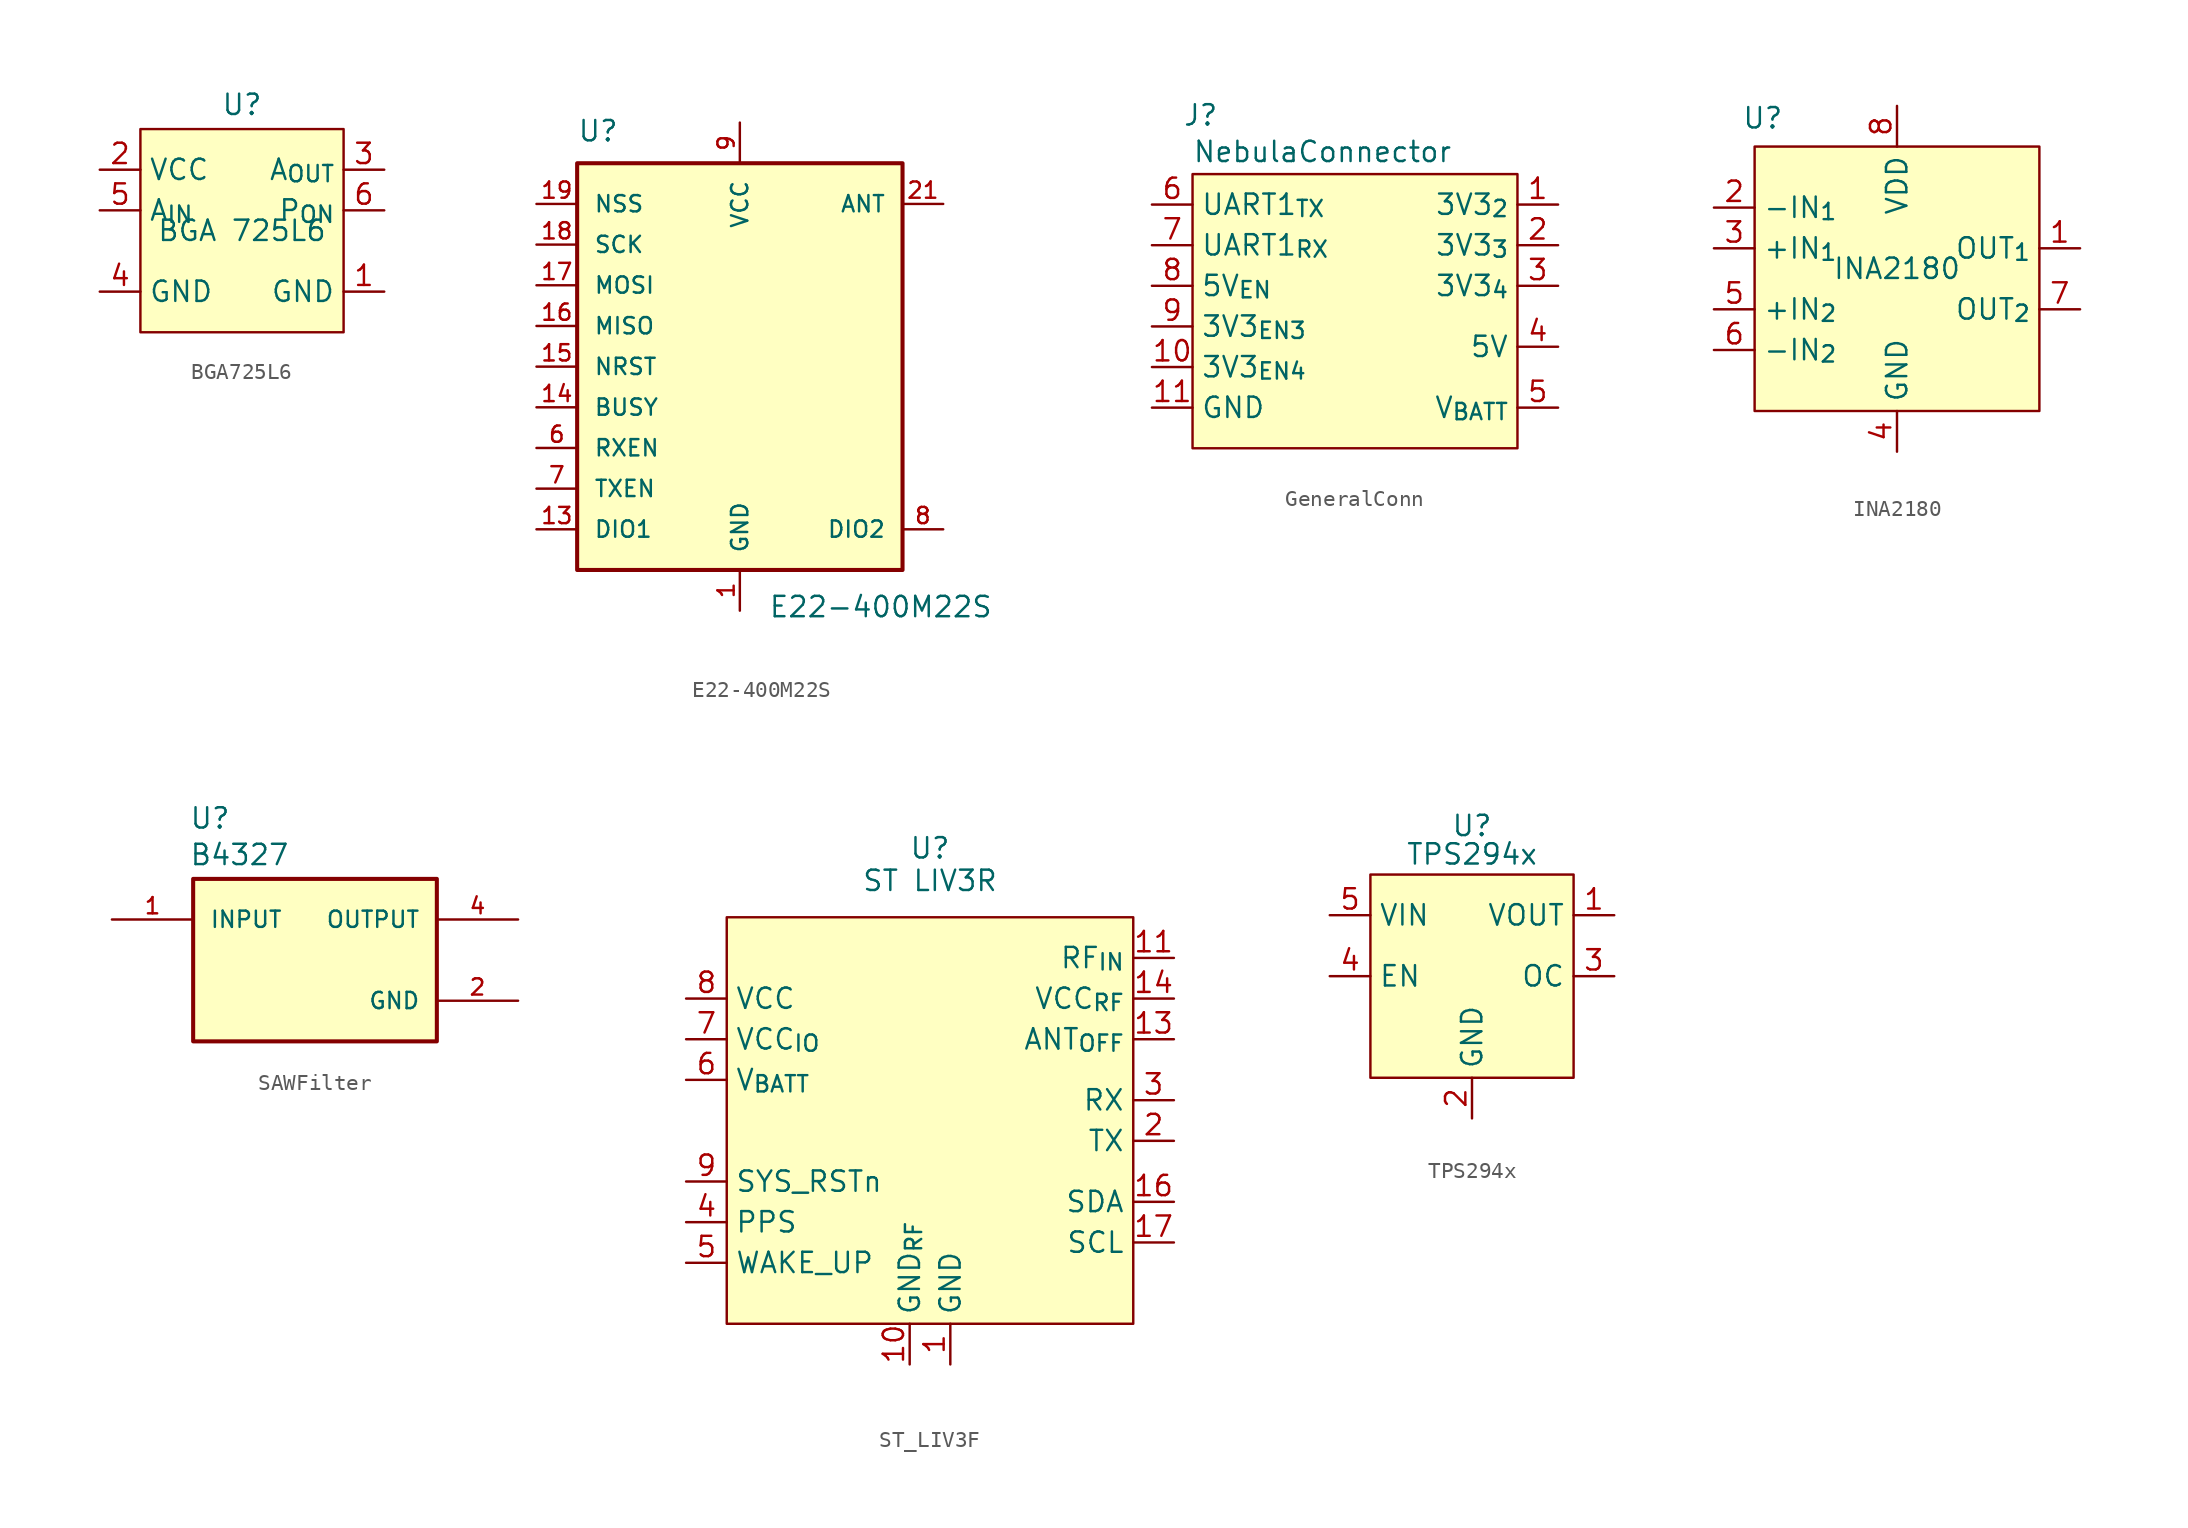
<source format=kicad_sym>
(kicad_symbol_lib
  (version 20241209)
  (generator "kicad_symbol_editor")
  (generator_version "9.0")
  (symbol "BGA725L6"
    (property "Reference" "U"
      (at 0 7.874 0)
      (effects (font (size 1.27 1.27))))
    (property "Value" "BGA 725L6"
      (at 0 0 0)
      (effects (font (size 1.27 1.27))))
    (symbol "BGA725L6_1_1"
      (rectangle (start -6.35 6.35) (end 6.35 -6.35) (stroke (width 0) (type solid)) (fill (type background)))
      (pin power_in line (at -8.89 3.81 0) (length 2.54) (name "VCC" (effects (font (size 1.27 1.27)))) (number "2" (effects (font (size 1.27 1.27)))))
      (pin input line (at -8.89 1.27 0) (length 2.54) (name "A_{IN}" (effects (font (size 1.27 1.27)))) (number "5" (effects (font (size 1.27 1.27)))))
      (pin passive line (at -8.89 -3.81 0) (length 2.54) (name "GND" (effects (font (size 1.27 1.27)))) (number "4" (effects (font (size 1.27 1.27)))))
      (pin output line (at 8.89 3.81 180) (length 2.54) (name "A_{OUT}" (effects (font (size 1.27 1.27)))) (number "3" (effects (font (size 1.27 1.27)))))
      (pin input line (at 8.89 1.27 180) (length 2.54) (name "P_{ON}" (effects (font (size 1.27 1.27)))) (number "6" (effects (font (size 1.27 1.27)))))
      (pin passive line (at 8.89 -3.81 180) (length 2.54) (name "GND" (effects (font (size 1.27 1.27)))) (number "1" (effects (font (size 1.27 1.27)))))))
  (symbol "E22-400M22S"
    (pin_names
      (offset 1.016))
    (property "Reference" "U"
      (at -10.16 13.97 0)
      (effects (font (size 1.27 1.27)) (justify left bottom)))
    (property "Value" "E22-400M22S"
      (at 1.778 -15.748 0)
      (effects (font (size 1.27 1.27)) (justify left bottom)))
    (symbol "E22-400M22S_0_0"
      (rectangle (start -10.16 -12.7) (end 10.16 12.7) (stroke (width 0.254) (type default)) (fill (type background)))
      (pin input line (at -12.7 10.16 0) (length 2.54) (name "NSS" (effects (font (size 1.016 1.016)))) (number "19" (effects (font (size 1.016 1.016)))))
      (pin input line (at -12.7 7.62 0) (length 2.54) (name "SCK" (effects (font (size 1.016 1.016)))) (number "18" (effects (font (size 1.016 1.016)))))
      (pin bidirectional line (at -12.7 5.08 0) (length 2.54) (name "MOSI" (effects (font (size 1.016 1.016)))) (number "17" (effects (font (size 1.016 1.016)))))
      (pin bidirectional line (at -12.7 2.54 0) (length 2.54) (name "MISO" (effects (font (size 1.016 1.016)))) (number "16" (effects (font (size 1.016 1.016)))))
      (pin bidirectional line (at -12.7 0 0) (length 2.54) (name "NRST" (effects (font (size 1.016 1.016)))) (number "15" (effects (font (size 1.016 1.016)))))
      (pin bidirectional line (at -12.7 -2.54 0) (length 2.54) (name "BUSY" (effects (font (size 1.016 1.016)))) (number "14" (effects (font (size 1.016 1.016)))))
      (pin input line (at -12.7 -5.08 0) (length 2.54) (name "RXEN" (effects (font (size 1.016 1.016)))) (number "6" (effects (font (size 1.016 1.016)))))
      (pin bidirectional line (at -12.7 -7.62 0) (length 2.54) (name "TXEN" (effects (font (size 1.016 1.016)))) (number "7" (effects (font (size 1.016 1.016)))))
      (pin bidirectional line (at -12.7 -10.16 0) (length 2.54) (name "DIO1" (effects (font (size 1.016 1.016)))) (number "13" (effects (font (size 1.016 1.016)))))
      (pin power_in line (at 0 15.24 270) (length 2.54) (name "VCC" (effects (font (size 1.016 1.016)))) (number "9" (effects (font (size 1.016 1.016)))))
      (pin power_in line (at 0 -15.24 90) (length 2.54) (name "GND" (effects (font (size 1.016 1.016)))) (number "1" (effects (font (size 1.016 1.016)))))
      (pin output line (at 12.7 10.16 180) (length 2.54) (name "ANT" (effects (font (size 1.016 1.016)))) (number "21" (effects (font (size 1.016 1.016)))))
      (pin bidirectional line (at 12.7 -10.16 180) (length 2.54) (name "DIO2" (effects (font (size 1.016 1.016)))) (number "8" (effects (font (size 1.016 1.016)))))))
  (symbol "GeneralConn"
    (property "Reference" "J"
      (at -9.652 10.668 0)
      (effects (font (size 1.27 1.27))))
    (property "Value" "NebulaConnector"
      (at -2.032 8.382 0)
      (effects (font (size 1.27 1.27))))
    (symbol "GeneralConn_1_1"
      (rectangle (start -10.16 6.985) (end 10.16 -10.16) (stroke (width 0) (type solid)) (fill (type background)))
      (pin bidirectional line (at -12.7 5.08 0) (length 2.54) (name "UART1_{TX}" (effects (font (size 1.27 1.27)))) (number "6" (effects (font (size 1.27 1.27)))))
      (pin bidirectional line (at -12.7 2.54 0) (length 2.54) (name "UART1_{RX}" (effects (font (size 1.27 1.27)))) (number "7" (effects (font (size 1.27 1.27)))))
      (pin bidirectional line (at -12.7 0 0) (length 2.54) (name "5V_{EN}" (effects (font (size 1.27 1.27)))) (number "8" (effects (font (size 1.27 1.27)))))
      (pin bidirectional line (at -12.7 -2.54 0) (length 2.54) (name "3V3_{EN3}" (effects (font (size 1.27 1.27)))) (number "9" (effects (font (size 1.27 1.27)))))
      (pin bidirectional line (at -12.7 -5.08 0) (length 2.54) (name "3V3_{EN4}" (effects (font (size 1.27 1.27)))) (number "10" (effects (font (size 1.27 1.27)))))
      (pin passive line (at -12.7 -7.62 0) (length 2.54) (name "GND" (effects (font (size 1.27 1.27)))) (number "11" (effects (font (size 1.27 1.27)))))
      (pin bidirectional line (at 12.7 5.08 180) (length 2.54) (name "3V3_{2}" (effects (font (size 1.27 1.27)))) (number "1" (effects (font (size 1.27 1.27)))))
      (pin bidirectional line (at 12.7 2.54 180) (length 2.54) (name "3V3_{3}" (effects (font (size 1.27 1.27)))) (number "2" (effects (font (size 1.27 1.27)))))
      (pin bidirectional line (at 12.7 0 180) (length 2.54) (name "3V3_{4}" (effects (font (size 1.27 1.27)))) (number "3" (effects (font (size 1.27 1.27)))))
      (pin bidirectional line (at 12.7 -3.81 180) (length 2.54) (name "5V" (effects (font (size 1.27 1.27)))) (number "4" (effects (font (size 1.27 1.27)))))
      (pin power_in line (at 12.7 -7.62 180) (length 2.54) (name "V_{BATT}" (effects (font (size 1.27 1.27)))) (number "5" (effects (font (size 1.27 1.27)))))))
  (symbol "INA2180"
    (property "Reference" "U"
      (at -8.382 9.398 0)
      (effects (font (size 1.27 1.27))))
    (property "Value" "INA2180"
      (at 0 0 0)
      (effects (font (size 1.27 1.27))))
    (symbol "INA2180_1_1"
      (rectangle (start -8.89 7.62) (end 8.89 -8.89) (stroke (width 0) (type solid)) (fill (type background)))
      (pin input line (at -11.43 3.81 0) (length 2.54) (name "-IN_{1}" (effects (font (size 1.27 1.27)))) (number "2" (effects (font (size 1.27 1.27)))))
      (pin input line (at -11.43 1.27 0) (length 2.54) (name "+IN_{1}" (effects (font (size 1.27 1.27)))) (number "3" (effects (font (size 1.27 1.27)))))
      (pin input line (at -11.43 -2.54 0) (length 2.54) (name "+IN_{2}" (effects (font (size 1.27 1.27)))) (number "5" (effects (font (size 1.27 1.27)))))
      (pin input line (at -11.43 -5.08 0) (length 2.54) (name "-IN_{2}" (effects (font (size 1.27 1.27)))) (number "6" (effects (font (size 1.27 1.27)))))
      (pin power_in line (at 0 10.16 270) (length 2.54) (name "VDD" (effects (font (size 1.27 1.27)))) (number "8" (effects (font (size 1.27 1.27)))))
      (pin passive line (at 0 -11.43 90) (length 2.54) (name "GND" (effects (font (size 1.27 1.27)))) (number "4" (effects (font (size 1.27 1.27)))))
      (pin output line (at 11.43 1.27 180) (length 2.54) (name "OUT_{1}" (effects (font (size 1.27 1.27)))) (number "1" (effects (font (size 1.27 1.27)))))
      (pin output line (at 11.43 -2.54 180) (length 2.54) (name "OUT_{2}" (effects (font (size 1.27 1.27)))) (number "7" (effects (font (size 1.27 1.27)))))))
  (symbol "SAWFilter"
    (pin_names
      (offset 1.016))
    (property "Reference" "U"
      (at -7.874 8.128 0)
      (effects (font (size 1.27 1.27)) (justify left bottom)))
    (property "Value" "B4327"
      (at -7.874 5.842 0)
      (effects (font (size 1.27 1.27)) (justify left bottom)))
    (symbol "SAWFilter_0_0"
      (rectangle (start -7.62 5.08) (end 7.62 -5.08) (stroke (width 0.254) (type default)) (fill (type background)))
      (pin input line (at -12.7 2.54 0) (length 5.08) (name "INPUT" (effects (font (size 1.016 1.016)))) (number "1" (effects (font (size 1.016 1.016)))))
      (pin output line (at 12.7 2.54 180) (length 5.08) (name "OUTPUT" (effects (font (size 1.016 1.016)))) (number "4" (effects (font (size 1.016 1.016)))))
      (pin power_in line (at 12.7 -2.54 180) (length 5.08) (name "GND" (effects (font (size 1.016 1.016)))) (number "2" (effects (font (size 1.016 1.016)))))))
  (symbol "ST_LIV3F"
    (property "Reference" "U"
      (at 0 15.748 0)
      (effects (font (size 1.27 1.27))))
    (property "Value" "ST LIV3R"
      (at 0 13.716 0)
      (effects (font (size 1.27 1.27))))
    (symbol "ST_LIV3F_1_1"
      (rectangle (start -12.7 11.43) (end 12.7 -13.97) (stroke (width 0) (type solid)) (fill (type background)))
      (pin input line (at -15.24 6.35 0) (length 2.54) (name "VCC" (effects (font (size 1.27 1.27)))) (number "8" (effects (font (size 1.27 1.27)))))
      (pin input line (at -15.24 3.81 0) (length 2.54) (name "VCC_{IO}" (effects (font (size 1.27 1.27)))) (number "7" (effects (font (size 1.27 1.27)))))
      (pin input line (at -15.24 1.27 0) (length 2.54) (name "V_{BATT}" (effects (font (size 1.27 1.27)))) (number "6" (effects (font (size 1.27 1.27)))))
      (pin input line (at -15.24 -5.08 0) (length 2.54) (name "SYS_RSTn" (effects (font (size 1.27 1.27)))) (number "9" (effects (font (size 1.27 1.27)))))
      (pin input line (at -15.24 -7.62 0) (length 2.54) (name "PPS" (effects (font (size 1.27 1.27)))) (number "4" (effects (font (size 1.27 1.27)))))
      (pin input line (at -15.24 -10.16 0) (length 2.54) (name "WAKE_UP" (effects (font (size 1.27 1.27)))) (number "5" (effects (font (size 1.27 1.27)))))
      (pin passive line (at -1.27 -16.51 90) (length 2.54) (name "GND_{RF}" (effects (font (size 1.27 1.27)))) (number "10" (effects (font (size 1.27 1.27)))))
      (pin passive line (at 1.27 -16.51 90) (length 2.54) (name "GND" (effects (font (size 1.27 1.27)))) (number "1" (effects (font (size 1.27 1.27)))))
      (pin input line (at 15.24 8.89 180) (length 2.54) (name "RF_{IN}" (effects (font (size 1.27 1.27)))) (number "11" (effects (font (size 1.27 1.27)))))
      (pin input line (at 15.24 6.35 180) (length 2.54) (name "VCC_{RF}" (effects (font (size 1.27 1.27)))) (number "14" (effects (font (size 1.27 1.27)))))
      (pin input line (at 15.24 3.81 180) (length 2.54) (name "ANT_{OFF}" (effects (font (size 1.27 1.27)))) (number "13" (effects (font (size 1.27 1.27)))))
      (pin input line (at 15.24 0 180) (length 2.54) (name "RX" (effects (font (size 1.27 1.27)))) (number "3" (effects (font (size 1.27 1.27)))))
      (pin input line (at 15.24 -2.54 180) (length 2.54) (name "TX" (effects (font (size 1.27 1.27)))) (number "2" (effects (font (size 1.27 1.27)))))
      (pin input line (at 15.24 -6.35 180) (length 2.54) (name "SDA" (effects (font (size 1.27 1.27)))) (number "16" (effects (font (size 1.27 1.27)))))
      (pin input line (at 15.24 -8.89 180) (length 2.54) (name "SCL" (effects (font (size 1.27 1.27)))) (number "17" (effects (font (size 1.27 1.27)))))))
  (symbol "TPS294x"
    (property "Reference" "U"
      (at 0 9.398 0)
      (effects (font (size 1.27 1.27))))
    (property "Value" "TPS294x"
      (at 0 7.62 0)
      (effects (font (size 1.27 1.27))))
    (symbol "TPS294x_1_1"
      (rectangle (start -6.35 6.35) (end 6.35 -6.35) (stroke (width 0) (type solid)) (fill (type background)))
      (pin power_in line (at -8.89 3.81 0) (length 2.54) (name "VIN" (effects (font (size 1.27 1.27)))) (number "5" (effects (font (size 1.27 1.27)))))
      (pin tri_state line (at -8.89 0 0) (length 2.54) (name "EN" (effects (font (size 1.27 1.27)))) (number "4" (effects (font (size 1.27 1.27)))))
      (pin passive line (at 0 -8.89 90) (length 2.54) (name "GND" (effects (font (size 1.27 1.27)))) (number "2" (effects (font (size 1.27 1.27)))))
      (pin power_out line (at 8.89 3.81 180) (length 2.54) (name "VOUT" (effects (font (size 1.27 1.27)))) (number "1" (effects (font (size 1.27 1.27)))))
      (pin passive line (at 8.89 0 180) (length 2.54) (name "OC" (effects (font (size 1.27 1.27)))) (number "3" (effects (font (size 1.27 1.27))))))))
</source>
